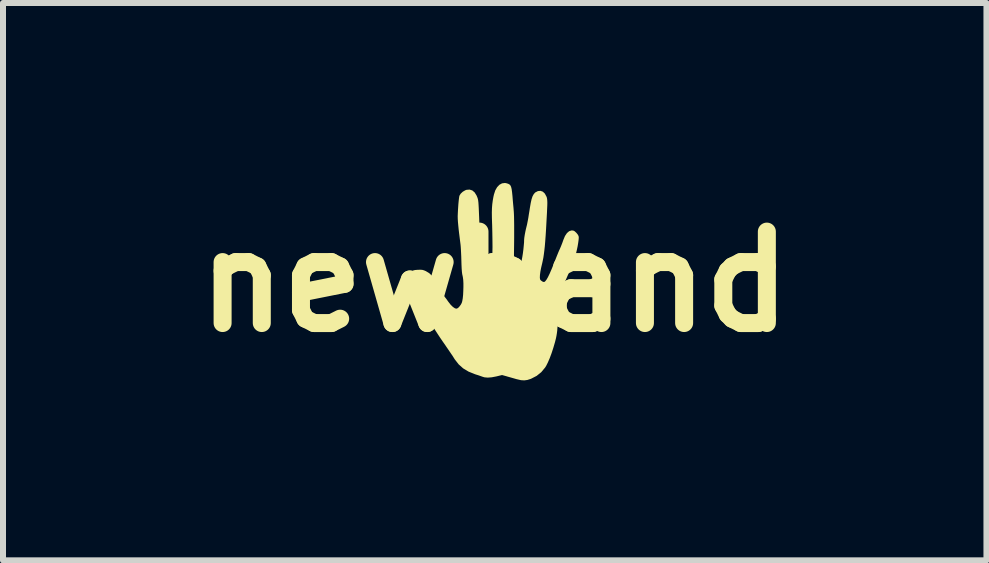
<source format=kicad_pcb>
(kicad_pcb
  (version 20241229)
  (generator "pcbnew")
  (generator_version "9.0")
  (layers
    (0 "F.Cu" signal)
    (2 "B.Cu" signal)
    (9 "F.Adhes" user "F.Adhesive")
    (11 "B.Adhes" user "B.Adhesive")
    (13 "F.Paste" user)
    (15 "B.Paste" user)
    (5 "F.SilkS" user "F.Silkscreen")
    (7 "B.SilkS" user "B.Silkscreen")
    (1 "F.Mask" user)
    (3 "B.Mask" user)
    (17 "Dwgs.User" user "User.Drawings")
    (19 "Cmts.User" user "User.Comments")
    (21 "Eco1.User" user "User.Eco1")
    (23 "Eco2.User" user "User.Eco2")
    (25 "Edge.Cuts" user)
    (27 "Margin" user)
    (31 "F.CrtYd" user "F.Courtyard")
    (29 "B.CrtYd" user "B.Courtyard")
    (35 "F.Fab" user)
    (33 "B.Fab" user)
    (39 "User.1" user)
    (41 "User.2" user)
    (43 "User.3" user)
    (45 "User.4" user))
  (footprint "newhand"
    (layer "F.Cu")
    (at 5.196 1.645)
    (property "Reference" "newhand" (at 0 0 0) (layer "F.SilkS") (effects (font (size 1.524 1.524) (thickness 0.3))))
    (attr board_only exclude_from_pos_files exclude_from_bom)
    (fp_poly (pts (xy 0.19 -1.642) (xy 0.221 -1.633) (xy 0.244 -1.622) (xy 0.261 -1.605) (xy 0.273 -1.58) (xy 0.282 -1.543) (xy 0.289 -1.492) (xy 0.296 -1.424) (xy 0.301 -1.36) (xy 0.307 -1.293) (xy 0.313 -1.23) (xy 0.317 -1.178) (xy 0.318 -1.165) (xy 0.32 -1.13) (xy 0.322 -1.079) (xy 0.323 -1.014) (xy 0.324 -0.939) (xy 0.324 -0.858) (xy 0.324 -0.773) (xy 0.324 -0.735) (xy 0.323 -0.633) (xy 0.322 -0.548) (xy 0.321 -0.479) (xy 0.321 -0.425) (xy 0.321 -0.383) (xy 0.322 -0.351) (xy 0.323 -0.327) (xy 0.324 -0.31) (xy 0.326 -0.297) (xy 0.329 -0.286) (xy 0.332 -0.276) (xy 0.333 -0.272) (xy 0.348 -0.242) (xy 0.367 -0.231) (xy 0.388 -0.238) (xy 0.41 -0.261) (xy 0.431 -0.3) (xy 0.444 -0.335) (xy 0.452 -0.369) (xy 0.461 -0.418) (xy 0.47 -0.476) (xy 0.478 -0.539) (xy 0.484 -0.6) (xy 0.489 -0.656) (xy 0.49 -0.698) (xy 0.493 -0.732) (xy 0.5 -0.778) (xy 0.51 -0.831) (xy 0.519 -0.873) (xy 0.529 -0.914) (xy 0.538 -0.95) (xy 0.545 -0.985) (xy 0.552 -1.021) (xy 0.56 -1.064) (xy 0.568 -1.117) (xy 0.579 -1.184) (xy 0.586 -1.23) (xy 0.6 -1.311) (xy 0.614 -1.374) (xy 0.63 -1.422) (xy 0.649 -1.457) (xy 0.67 -1.482) (xy 0.677 -1.488) (xy 0.72 -1.51) (xy 0.763 -1.514) (xy 0.802 -1.5) (xy 0.835 -1.469) (xy 0.861 -1.421) (xy 0.866 -1.41) (xy 0.871 -1.391) (xy 0.874 -1.371) (xy 0.876 -1.346) (xy 0.877 -1.312) (xy 0.876 -1.267) (xy 0.873 -1.207) (xy 0.871 -1.154) (xy 0.863 -1.009) (xy 0.856 -0.882) (xy 0.849 -0.771) (xy 0.842 -0.676) (xy 0.835 -0.592) (xy 0.827 -0.52) (xy 0.819 -0.457) (xy 0.811 -0.402) (xy 0.801 -0.352) (xy 0.791 -0.305) (xy 0.786 -0.285) (xy 0.772 -0.225) (xy 0.761 -0.167) (xy 0.754 -0.113) (xy 0.752 -0.07) (xy 0.755 -0.042) (xy 0.755 -0.04) (xy 0.768 -0.022) (xy 0.791 -0.005) (xy 0.792 -0.004) (xy 0.814 0.005) (xy 0.828 0.004) (xy 0.842 -0.007) (xy 0.862 -0.032) (xy 0.887 -0.075) (xy 0.916 -0.135) (xy 0.949 -0.211) (xy 0.986 -0.302) (xy 0.991 -0.315) (xy 1.014 -0.374) (xy 1.037 -0.432) (xy 1.059 -0.486) (xy 1.077 -0.528) (xy 1.083 -0.54) (xy 1.104 -0.589) (xy 1.126 -0.645) (xy 1.144 -0.696) (xy 1.144 -0.696) (xy 1.171 -0.761) (xy 1.204 -0.81) (xy 1.24 -0.841) (xy 1.28 -0.854) (xy 1.287 -0.854) (xy 1.312 -0.851) (xy 1.333 -0.84) (xy 1.359 -0.816) (xy 1.362 -0.813) (xy 1.386 -0.783) (xy 1.398 -0.759) (xy 1.401 -0.733) (xy 1.398 -0.696) (xy 1.391 -0.645) (xy 1.381 -0.586) (xy 1.368 -0.525) (xy 1.354 -0.467) (xy 1.351 -0.455) (xy 1.338 -0.414) (xy 1.319 -0.36) (xy 1.295 -0.295) (xy 1.267 -0.225) (xy 1.238 -0.153) (xy 1.208 -0.084) (xy 1.181 -0.021) (xy 1.157 0.031) (xy 1.141 0.062) (xy 1.121 0.103) (xy 1.103 0.144) (xy 1.092 0.178) (xy 1.091 0.181) (xy 1.085 0.218) (xy 1.079 0.273) (xy 1.072 0.348) (xy 1.065 0.442) (xy 1.058 0.553) (xy 1.05 0.683) (xy 1.05 0.684) (xy 1.046 0.756) (xy 1.042 0.813) (xy 1.036 0.86) (xy 1.029 0.903) (xy 1.02 0.947) (xy 1.007 0.998) (xy 1.004 1.01) (xy 0.977 1.102) (xy 0.948 1.191) (xy 0.917 1.274) (xy 0.886 1.346) (xy 0.857 1.404) (xy 0.84 1.431) (xy 0.776 1.508) (xy 0.699 1.57) (xy 0.608 1.617) (xy 0.601 1.62) (xy 0.545 1.638) (xy 0.494 1.645) (xy 0.439 1.642) (xy 0.374 1.627) (xy 0.365 1.625) (xy 0.313 1.61) (xy 0.257 1.594) (xy 0.207 1.58) (xy 0.198 1.577) (xy 0.122 1.556) (xy 0.028 1.579) (xy -0.051 1.594) (xy -0.117 1.599) (xy -0.172 1.594) (xy -0.205 1.584) (xy -0.233 1.574) (xy -0.273 1.56) (xy -0.318 1.546) (xy -0.332 1.541) (xy -0.436 1.499) (xy -0.526 1.445) (xy -0.601 1.378) (xy -0.665 1.296) (xy -0.674 1.282) (xy -0.699 1.242) (xy -0.733 1.192) (xy -0.771 1.136) (xy -0.809 1.081) (xy -0.823 1.06) (xy -0.865 1) (xy -0.91 0.934) (xy -0.956 0.864) (xy -1.001 0.795) (xy -1.043 0.728) (xy -1.08 0.668) (xy -1.11 0.618) (xy -1.131 0.58) (xy -1.133 0.575) (xy -1.146 0.548) (xy -1.164 0.507) (xy -1.186 0.457) (xy -1.209 0.403) (xy -1.219 0.38) (xy -1.245 0.321) (xy -1.274 0.259) (xy -1.301 0.202) (xy -1.326 0.155) (xy -1.331 0.145) (xy -1.365 0.079) (xy -1.386 0.02) (xy -1.398 -0.038) (xy -1.401 -0.095) (xy -1.398 -0.138) (xy -1.387 -0.167) (xy -1.365 -0.185) (xy -1.33 -0.194) (xy -1.283 -0.198) (xy -1.239 -0.199) (xy -1.207 -0.197) (xy -1.179 -0.189) (xy -1.148 -0.176) (xy -1.093 -0.143) (xy -1.046 -0.099) (xy -1.005 -0.042) (xy -0.967 0.031) (xy -0.944 0.088) (xy -0.915 0.147) (xy -0.875 0.203) (xy -0.87 0.209) (xy -0.839 0.246) (xy -0.804 0.291) (xy -0.774 0.334) (xy -0.773 0.335) (xy -0.735 0.384) (xy -0.697 0.421) (xy -0.663 0.444) (xy -0.639 0.45) (xy -0.617 0.442) (xy -0.592 0.419) (xy -0.567 0.386) (xy -0.55 0.355) (xy -0.541 0.324) (xy -0.533 0.278) (xy -0.527 0.22) (xy -0.524 0.156) (xy -0.522 0.09) (xy -0.522 0.026) (xy -0.525 -0.031) (xy -0.531 -0.076) (xy -0.535 -0.095) (xy -0.542 -0.126) (xy -0.547 -0.166) (xy -0.551 -0.218) (xy -0.554 -0.285) (xy -0.556 -0.355) (xy -0.558 -0.421) (xy -0.561 -0.486) (xy -0.564 -0.543) (xy -0.567 -0.589) (xy -0.57 -0.62) (xy -0.57 -0.62) (xy -0.574 -0.652) (xy -0.58 -0.698) (xy -0.587 -0.755) (xy -0.595 -0.818) (xy -0.601 -0.87) (xy -0.608 -0.94) (xy -0.613 -0.996) (xy -0.616 -1.045) (xy -0.617 -1.091) (xy -0.615 -1.141) (xy -0.612 -1.202) (xy -0.61 -1.23) (xy -0.606 -1.29) (xy -0.601 -1.344) (xy -0.596 -1.388) (xy -0.591 -1.42) (xy -0.588 -1.433) (xy -0.567 -1.467) (xy -0.533 -1.499) (xy -0.492 -1.523) (xy -0.47 -1.531) (xy -0.419 -1.535) (xy -0.374 -1.521) (xy -0.335 -1.488) (xy -0.303 -1.437) (xy -0.287 -1.398) (xy -0.281 -1.378) (xy -0.276 -1.353) (xy -0.272 -1.32) (xy -0.269 -1.277) (xy -0.266 -1.222) (xy -0.263 -1.151) (xy -0.26 -1.08) (xy -0.255 -0.95) (xy -0.248 -0.838) (xy -0.239 -0.746) (xy -0.231 -0.685) (xy -0.223 -0.628) (xy -0.216 -0.57) (xy -0.212 -0.518) (xy -0.21 -0.481) (xy -0.205 -0.376) (xy -0.188 -0.286) (xy -0.161 -0.212) (xy -0.142 -0.178) (xy -0.12 -0.15) (xy -0.102 -0.142) (xy -0.084 -0.152) (xy -0.071 -0.17) (xy -0.062 -0.197) (xy -0.054 -0.242) (xy -0.047 -0.304) (xy -0.042 -0.382) (xy -0.039 -0.474) (xy -0.037 -0.578) (xy -0.038 -0.693) (xy -0.04 -0.817) (xy -0.043 -0.949) (xy -0.044 -0.968) (xy -0.047 -1.068) (xy -0.048 -1.152) (xy -0.046 -1.225) (xy -0.041 -1.29) (xy -0.033 -1.351) (xy -0.022 -1.413) (xy -0.013 -1.453) (xy 0.009 -1.521) (xy 0.04 -1.575) (xy 0.078 -1.615) (xy 0.122 -1.639) (xy 0.17 -1.645)) (stroke (width 0) (type solid)) (fill yes) (layer "F.SilkS")))
  (gr_rect
    (start -3 -3)
    (end 13.392 6.29)
    (stroke (width 0.1) (type default))
    (fill no)
    (layer "Edge.Cuts")))
</source>
